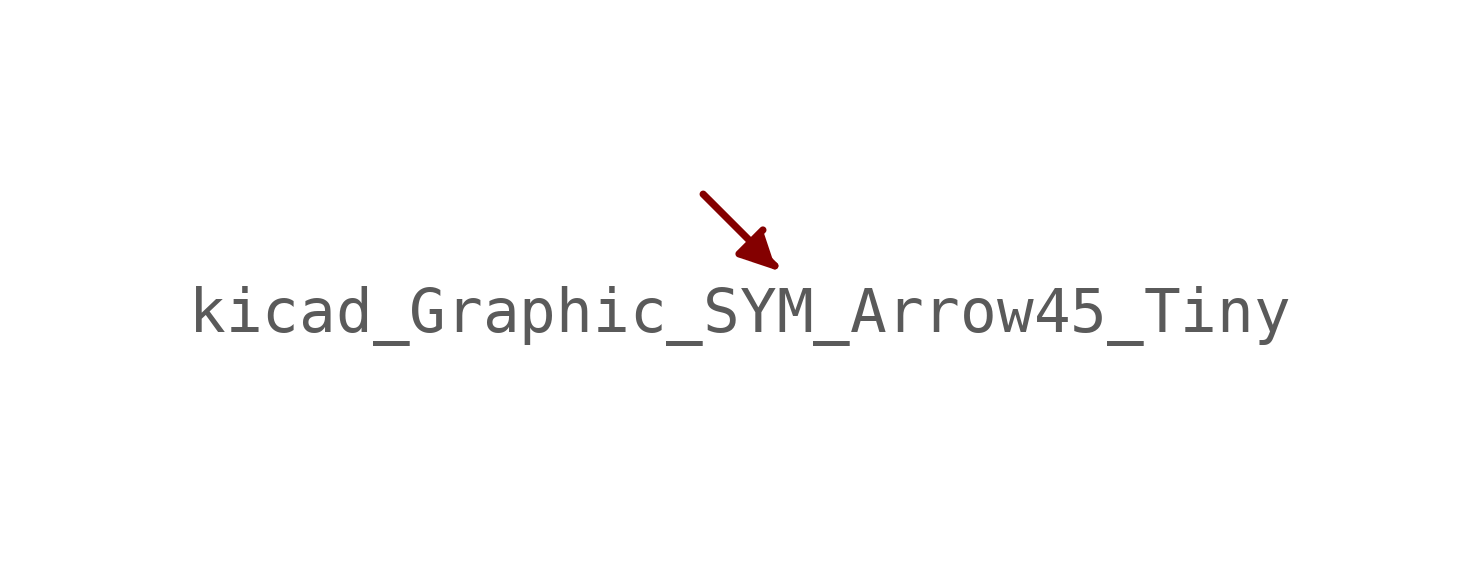
<source format=kicad_sym>
(kicad_symbol_lib
  (version 20220914)
  (generator kicad_symbol_editor)
  (symbol "kicad_Graphic_SYM_Arrow45_Tiny"
    (property "Reference" "#SYM"
      (at 4.064 1.27 0)
      (effects (font (size 1.27 1.27)) hide))
    (symbol "kicad_Graphic_SYM_Arrow45_Tiny_0_1"
      (polyline (pts (xy 0.508 -0.762) (xy -1.016 0.762)) (stroke (width 0) (type default)) (fill (type none)))
      (polyline (pts (xy 0.508 -0.762) (xy -0.254 -0.508) (xy 0.254 0)) (stroke (width 0) (type default)) (fill (type outline))))))
</source>
